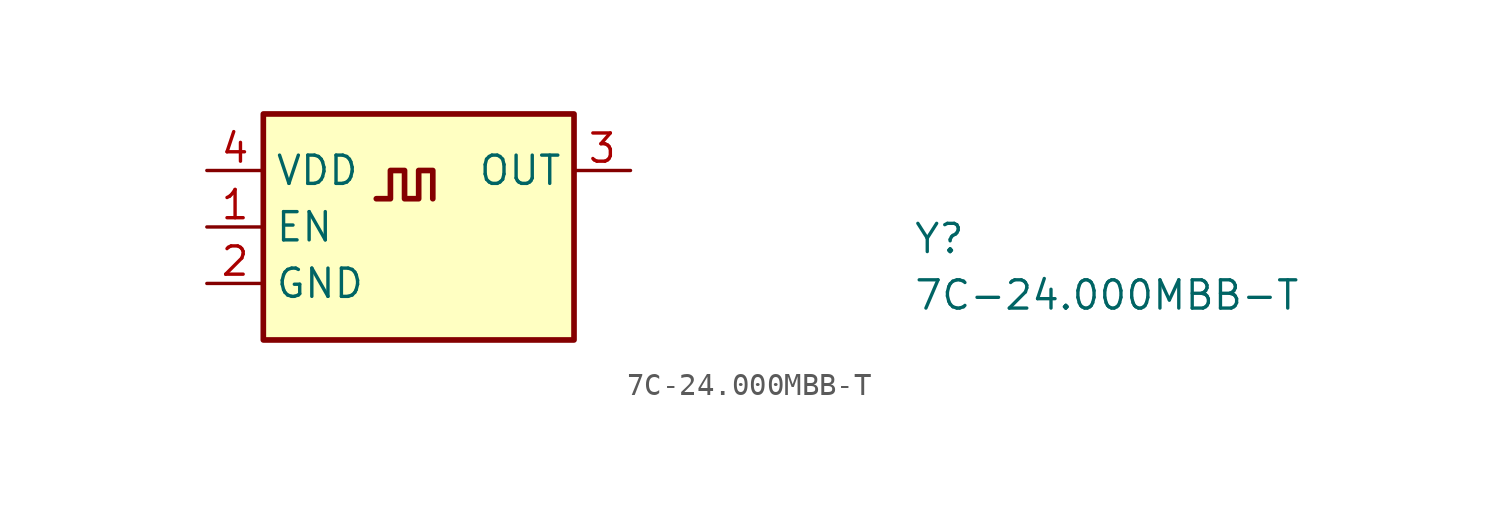
<source format=kicad_sym>
(kicad_symbol_lib
  (version 20211014)
  (generator kicad_symbol_editor)
  (symbol "7C-24.000MBB-T"
    (property "Reference" "Y"
      (at 31.75 -3.81 0)
      (effects (font (size 1.27 1.27) (thickness 0.15)) (justify left bottom)))
    (property "Value" "7C-24.000MBB-T"
      (at 31.75 -6.35 0)
      (effects (font (size 1.27 1.27) (thickness 0.15)) (justify left bottom)))
    (symbol "7C-24.000MBB-T_1_1"
      (polyline (pts (xy 7.62 -1.27) (xy 8.255 -1.27) (xy 8.255 0) (xy 8.89 0) (xy 8.89 -1.27) (xy 9.525 -1.27) (xy 9.525 0) (xy 10.16 0) (xy 10.16 -1.27)) (stroke (width 0.254) (type default) (color 0 0 0 0)) (fill (type background)))
      (rectangle (start 2.54 2.54) (end 16.51 -7.62) (stroke (width 0.254) (type default) (color 0 0 0 0)) (fill (type background)))
      (pin input line (at 0 -2.54 0) (length 2.54) (name "EN" (effects (font (size 1.27 1.27)))) (number "1" (effects (font (size 1.27 1.27)))))
      (pin power_in line (at 0 -5.08 0) (length 2.54) (name "GND" (effects (font (size 1.27 1.27)))) (number "2" (effects (font (size 1.27 1.27)))))
      (pin output line (at 19.05 0 180) (length 2.54) (name "OUT" (effects (font (size 1.27 1.27)))) (number "3" (effects (font (size 1.27 1.27)))))
      (pin power_in line (at 0 0 0) (length 2.54) (name "VDD" (effects (font (size 1.27 1.27)))) (number "4" (effects (font (size 1.27 1.27))))))))
</source>
